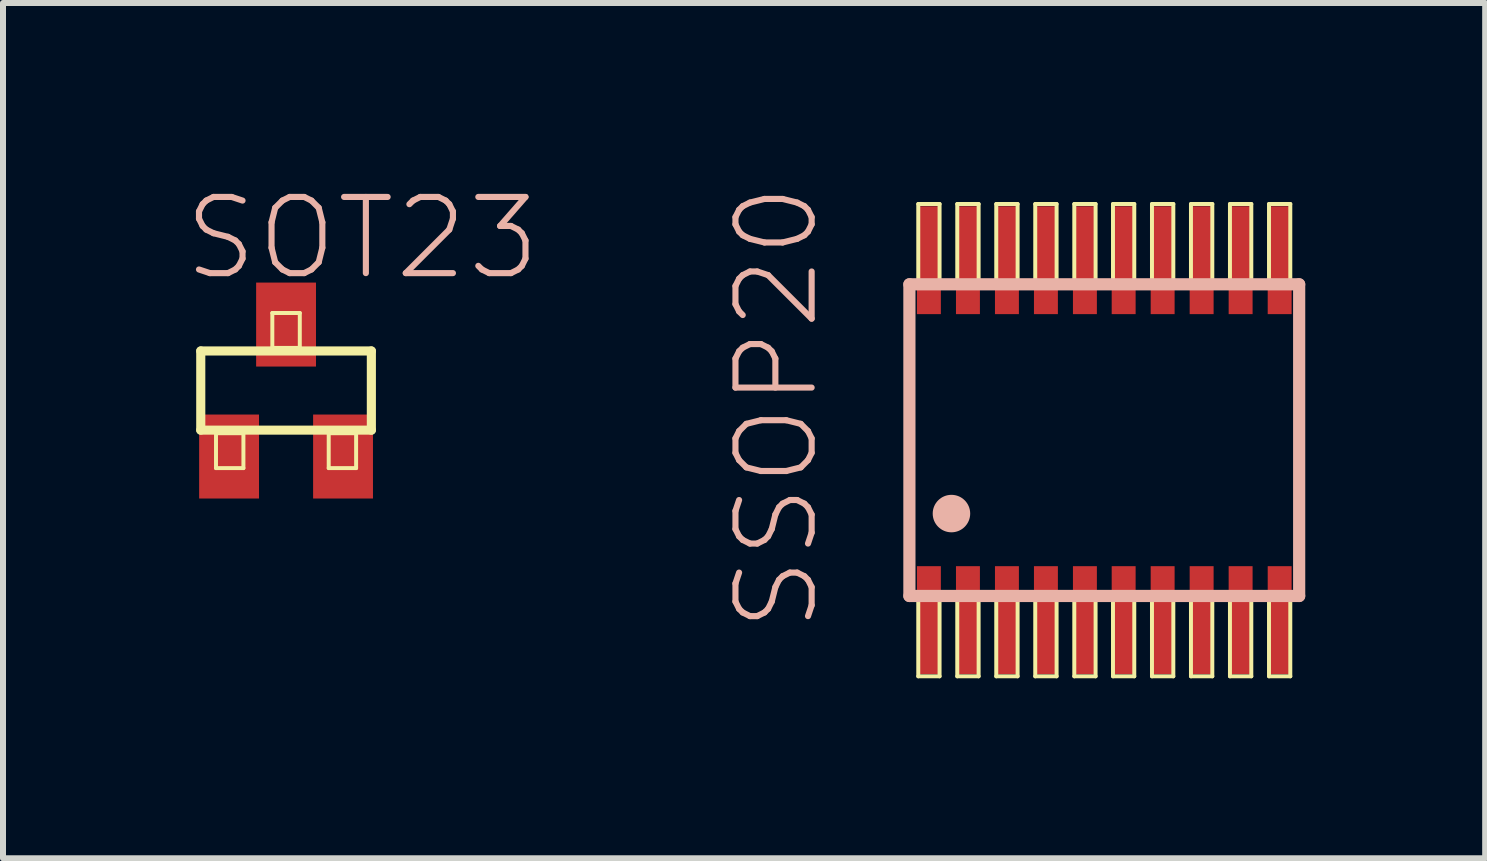
<source format=kicad_pcb>
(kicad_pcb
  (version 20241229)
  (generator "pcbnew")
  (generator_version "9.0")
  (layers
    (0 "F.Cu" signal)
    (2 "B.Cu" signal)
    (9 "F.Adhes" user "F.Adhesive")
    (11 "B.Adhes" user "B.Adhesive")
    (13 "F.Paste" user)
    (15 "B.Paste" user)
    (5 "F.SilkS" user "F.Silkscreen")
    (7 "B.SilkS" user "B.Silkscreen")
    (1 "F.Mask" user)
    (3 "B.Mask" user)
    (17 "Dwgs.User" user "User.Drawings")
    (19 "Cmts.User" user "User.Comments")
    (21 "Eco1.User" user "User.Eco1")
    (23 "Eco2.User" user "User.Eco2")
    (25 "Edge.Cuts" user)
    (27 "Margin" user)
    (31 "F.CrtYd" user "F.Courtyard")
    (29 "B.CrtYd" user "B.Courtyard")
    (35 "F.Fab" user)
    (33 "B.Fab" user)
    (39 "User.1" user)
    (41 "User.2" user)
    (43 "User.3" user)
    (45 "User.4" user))
  (footprint "SOT23"
    (layer "F.Cu")
    (at 1.719 3.461)
    (property "Reference" "SOT23" (at 1.27 -2.54 0) (layer "B.SilkS") (effects (font (size 1.27 1.27) (thickness 0.102))))
    (attr smd)
    (fp_line (start -1.422 -0.66) (end 1.422 -0.66) (stroke (width 0.152) (type solid)) (layer "F.SilkS"))
    (fp_line (start -1.422 0.66) (end -1.422 -0.66) (stroke (width 0.152) (type solid)) (layer "F.SilkS"))
    (fp_line (start -1.168 0.711) (end -0.711 0.711) (stroke (width 0.066) (type solid)) (layer "F.SilkS"))
    (fp_line (start -1.168 1.293) (end -1.168 0.711) (stroke (width 0.066) (type solid)) (layer "F.SilkS"))
    (fp_line (start -1.168 1.293) (end -0.711 1.293) (stroke (width 0.066) (type solid)) (layer "F.SilkS"))
    (fp_line (start -0.711 1.293) (end -0.711 0.711) (stroke (width 0.066) (type solid)) (layer "F.SilkS"))
    (fp_line (start -0.229 -1.293) (end 0.229 -1.293) (stroke (width 0.066) (type solid)) (layer "F.SilkS"))
    (fp_line (start -0.229 -0.711) (end -0.229 -1.293) (stroke (width 0.066) (type solid)) (layer "F.SilkS"))
    (fp_line (start -0.229 -0.711) (end 0.229 -0.711) (stroke (width 0.066) (type solid)) (layer "F.SilkS"))
    (fp_line (start 0.229 -0.711) (end 0.229 -1.293) (stroke (width 0.066) (type solid)) (layer "F.SilkS"))
    (fp_line (start 0.711 0.711) (end 1.168 0.711) (stroke (width 0.066) (type solid)) (layer "F.SilkS"))
    (fp_line (start 0.711 1.293) (end 0.711 0.711) (stroke (width 0.066) (type solid)) (layer "F.SilkS"))
    (fp_line (start 0.711 1.293) (end 1.168 1.293) (stroke (width 0.066) (type solid)) (layer "F.SilkS"))
    (fp_line (start 1.168 1.293) (end 1.168 0.711) (stroke (width 0.066) (type solid)) (layer "F.SilkS"))
    (fp_line (start 1.422 -0.66) (end 1.422 0.66) (stroke (width 0.152) (type solid)) (layer "F.SilkS"))
    (fp_line (start 1.422 0.66) (end -1.422 0.66) (stroke (width 0.152) (type solid)) (layer "F.SilkS"))
    (pad "1" smd rect (at -0.95 1.1) (size 0.998 1.4) (layers "F.Cu" "F.Mask" "F.Paste"))
    (pad "2" smd rect (at 0.95 1.1) (size 0.998 1.4) (layers "F.Cu" "F.Mask" "F.Paste"))
    (pad "3" smd rect (at 0 -1.1) (size 0.998 1.4) (layers "F.Cu" "F.Mask" "F.Paste")))
  (footprint "SSOP20"
    (layer "F.Cu")
    (at 15.36 4.288)
    (property "Reference" "SSOP20" (at -5.461 -0.544 90) (layer "B.SilkS") (effects (font (size 1.27 1.27) (thickness 0.102))))
    (attr smd)
    (fp_line (start -3.101 -3.937) (end -2.746 -3.937) (stroke (width 0.066) (type solid)) (layer "F.SilkS"))
    (fp_line (start -3.101 -2.642) (end -3.101 -3.937) (stroke (width 0.066) (type solid)) (layer "F.SilkS"))
    (fp_line (start -3.101 -2.642) (end -2.746 -2.642) (stroke (width 0.066) (type solid)) (layer "F.SilkS"))
    (fp_line (start -3.101 2.642) (end -2.746 2.642) (stroke (width 0.066) (type solid)) (layer "F.SilkS"))
    (fp_line (start -3.101 3.937) (end -3.101 2.642) (stroke (width 0.066) (type solid)) (layer "F.SilkS"))
    (fp_line (start -3.101 3.937) (end -2.746 3.937) (stroke (width 0.066) (type solid)) (layer "F.SilkS"))
    (fp_line (start -2.746 -2.642) (end -2.746 -3.937) (stroke (width 0.066) (type solid)) (layer "F.SilkS"))
    (fp_line (start -2.746 3.937) (end -2.746 2.642) (stroke (width 0.066) (type solid)) (layer "F.SilkS"))
    (fp_line (start -2.451 -3.937) (end -2.095 -3.937) (stroke (width 0.066) (type solid)) (layer "F.SilkS"))
    (fp_line (start -2.451 -2.642) (end -2.451 -3.937) (stroke (width 0.066) (type solid)) (layer "F.SilkS"))
    (fp_line (start -2.451 -2.642) (end -2.095 -2.642) (stroke (width 0.066) (type solid)) (layer "F.SilkS"))
    (fp_line (start -2.451 2.642) (end -2.095 2.642) (stroke (width 0.066) (type solid)) (layer "F.SilkS"))
    (fp_line (start -2.451 3.937) (end -2.451 2.642) (stroke (width 0.066) (type solid)) (layer "F.SilkS"))
    (fp_line (start -2.451 3.937) (end -2.095 3.937) (stroke (width 0.066) (type solid)) (layer "F.SilkS"))
    (fp_line (start -2.095 -2.642) (end -2.095 -3.937) (stroke (width 0.066) (type solid)) (layer "F.SilkS"))
    (fp_line (start -2.095 3.937) (end -2.095 2.642) (stroke (width 0.066) (type solid)) (layer "F.SilkS"))
    (fp_line (start -1.801 -3.937) (end -1.445 -3.937) (stroke (width 0.066) (type solid)) (layer "F.SilkS"))
    (fp_line (start -1.801 -2.642) (end -1.801 -3.937) (stroke (width 0.066) (type solid)) (layer "F.SilkS"))
    (fp_line (start -1.801 -2.642) (end -1.445 -2.642) (stroke (width 0.066) (type solid)) (layer "F.SilkS"))
    (fp_line (start -1.801 2.642) (end -1.445 2.642) (stroke (width 0.066) (type solid)) (layer "F.SilkS"))
    (fp_line (start -1.801 3.937) (end -1.801 2.642) (stroke (width 0.066) (type solid)) (layer "F.SilkS"))
    (fp_line (start -1.801 3.937) (end -1.445 3.937) (stroke (width 0.066) (type solid)) (layer "F.SilkS"))
    (fp_line (start -1.445 -2.642) (end -1.445 -3.937) (stroke (width 0.066) (type solid)) (layer "F.SilkS"))
    (fp_line (start -1.445 3.937) (end -1.445 2.642) (stroke (width 0.066) (type solid)) (layer "F.SilkS"))
    (fp_line (start -1.151 -3.937) (end -0.795 -3.937) (stroke (width 0.066) (type solid)) (layer "F.SilkS"))
    (fp_line (start -1.151 -2.642) (end -1.151 -3.937) (stroke (width 0.066) (type solid)) (layer "F.SilkS"))
    (fp_line (start -1.151 -2.642) (end -0.795 -2.642) (stroke (width 0.066) (type solid)) (layer "F.SilkS"))
    (fp_line (start -1.151 2.642) (end -0.795 2.642) (stroke (width 0.066) (type solid)) (layer "F.SilkS"))
    (fp_line (start -1.151 3.937) (end -1.151 2.642) (stroke (width 0.066) (type solid)) (layer "F.SilkS"))
    (fp_line (start -1.151 3.937) (end -0.795 3.937) (stroke (width 0.066) (type solid)) (layer "F.SilkS"))
    (fp_line (start -0.795 -2.642) (end -0.795 -3.937) (stroke (width 0.066) (type solid)) (layer "F.SilkS"))
    (fp_line (start -0.795 3.937) (end -0.795 2.642) (stroke (width 0.066) (type solid)) (layer "F.SilkS"))
    (fp_line (start -0.5 -3.937) (end -0.145 -3.937) (stroke (width 0.066) (type solid)) (layer "F.SilkS"))
    (fp_line (start -0.5 -2.642) (end -0.5 -3.937) (stroke (width 0.066) (type solid)) (layer "F.SilkS"))
    (fp_line (start -0.5 -2.642) (end -0.145 -2.642) (stroke (width 0.066) (type solid)) (layer "F.SilkS"))
    (fp_line (start -0.5 2.642) (end -0.145 2.642) (stroke (width 0.066) (type solid)) (layer "F.SilkS"))
    (fp_line (start -0.5 3.937) (end -0.5 2.642) (stroke (width 0.066) (type solid)) (layer "F.SilkS"))
    (fp_line (start -0.5 3.937) (end -0.145 3.937) (stroke (width 0.066) (type solid)) (layer "F.SilkS"))
    (fp_line (start -0.145 -2.642) (end -0.145 -3.937) (stroke (width 0.066) (type solid)) (layer "F.SilkS"))
    (fp_line (start -0.145 3.937) (end -0.145 2.642) (stroke (width 0.066) (type solid)) (layer "F.SilkS"))
    (fp_line (start 0.145 -3.937) (end 0.5 -3.937) (stroke (width 0.066) (type solid)) (layer "F.SilkS"))
    (fp_line (start 0.145 -2.642) (end 0.145 -3.937) (stroke (width 0.066) (type solid)) (layer "F.SilkS"))
    (fp_line (start 0.145 -2.642) (end 0.5 -2.642) (stroke (width 0.066) (type solid)) (layer "F.SilkS"))
    (fp_line (start 0.145 2.642) (end 0.5 2.642) (stroke (width 0.066) (type solid)) (layer "F.SilkS"))
    (fp_line (start 0.145 3.937) (end 0.145 2.642) (stroke (width 0.066) (type solid)) (layer "F.SilkS"))
    (fp_line (start 0.145 3.937) (end 0.5 3.937) (stroke (width 0.066) (type solid)) (layer "F.SilkS"))
    (fp_line (start 0.5 -2.642) (end 0.5 -3.937) (stroke (width 0.066) (type solid)) (layer "F.SilkS"))
    (fp_line (start 0.5 3.937) (end 0.5 2.642) (stroke (width 0.066) (type solid)) (layer "F.SilkS"))
    (fp_line (start 0.795 -3.937) (end 1.151 -3.937) (stroke (width 0.066) (type solid)) (layer "F.SilkS"))
    (fp_line (start 0.795 -2.642) (end 0.795 -3.937) (stroke (width 0.066) (type solid)) (layer "F.SilkS"))
    (fp_line (start 0.795 -2.642) (end 1.151 -2.642) (stroke (width 0.066) (type solid)) (layer "F.SilkS"))
    (fp_line (start 0.795 2.642) (end 1.151 2.642) (stroke (width 0.066) (type solid)) (layer "F.SilkS"))
    (fp_line (start 0.795 3.937) (end 0.795 2.642) (stroke (width 0.066) (type solid)) (layer "F.SilkS"))
    (fp_line (start 0.795 3.937) (end 1.151 3.937) (stroke (width 0.066) (type solid)) (layer "F.SilkS"))
    (fp_line (start 1.151 -2.642) (end 1.151 -3.937) (stroke (width 0.066) (type solid)) (layer "F.SilkS"))
    (fp_line (start 1.151 3.937) (end 1.151 2.642) (stroke (width 0.066) (type solid)) (layer "F.SilkS"))
    (fp_line (start 1.445 -3.937) (end 1.801 -3.937) (stroke (width 0.066) (type solid)) (layer "F.SilkS"))
    (fp_line (start 1.445 -2.642) (end 1.445 -3.937) (stroke (width 0.066) (type solid)) (layer "F.SilkS"))
    (fp_line (start 1.445 -2.642) (end 1.801 -2.642) (stroke (width 0.066) (type solid)) (layer "F.SilkS"))
    (fp_line (start 1.445 2.642) (end 1.801 2.642) (stroke (width 0.066) (type solid)) (layer "F.SilkS"))
    (fp_line (start 1.445 3.937) (end 1.445 2.642) (stroke (width 0.066) (type solid)) (layer "F.SilkS"))
    (fp_line (start 1.445 3.937) (end 1.801 3.937) (stroke (width 0.066) (type solid)) (layer "F.SilkS"))
    (fp_line (start 1.801 -2.642) (end 1.801 -3.937) (stroke (width 0.066) (type solid)) (layer "F.SilkS"))
    (fp_line (start 1.801 3.937) (end 1.801 2.642) (stroke (width 0.066) (type solid)) (layer "F.SilkS"))
    (fp_line (start 2.095 -3.937) (end 2.451 -3.937) (stroke (width 0.066) (type solid)) (layer "F.SilkS"))
    (fp_line (start 2.095 -2.642) (end 2.095 -3.937) (stroke (width 0.066) (type solid)) (layer "F.SilkS"))
    (fp_line (start 2.095 -2.642) (end 2.451 -2.642) (stroke (width 0.066) (type solid)) (layer "F.SilkS"))
    (fp_line (start 2.095 2.642) (end 2.451 2.642) (stroke (width 0.066) (type solid)) (layer "F.SilkS"))
    (fp_line (start 2.095 3.937) (end 2.095 2.642) (stroke (width 0.066) (type solid)) (layer "F.SilkS"))
    (fp_line (start 2.095 3.937) (end 2.451 3.937) (stroke (width 0.066) (type solid)) (layer "F.SilkS"))
    (fp_line (start 2.451 -2.642) (end 2.451 -3.937) (stroke (width 0.066) (type solid)) (layer "F.SilkS"))
    (fp_line (start 2.451 3.937) (end 2.451 2.642) (stroke (width 0.066) (type solid)) (layer "F.SilkS"))
    (fp_line (start 2.746 -3.937) (end 3.101 -3.937) (stroke (width 0.066) (type solid)) (layer "F.SilkS"))
    (fp_line (start 2.746 -2.642) (end 2.746 -3.937) (stroke (width 0.066) (type solid)) (layer "F.SilkS"))
    (fp_line (start 2.746 -2.642) (end 3.101 -2.642) (stroke (width 0.066) (type solid)) (layer "F.SilkS"))
    (fp_line (start 2.746 2.642) (end 3.101 2.642) (stroke (width 0.066) (type solid)) (layer "F.SilkS"))
    (fp_line (start 2.746 3.937) (end 2.746 2.642) (stroke (width 0.066) (type solid)) (layer "F.SilkS"))
    (fp_line (start 2.746 3.937) (end 3.101 3.937) (stroke (width 0.066) (type solid)) (layer "F.SilkS"))
    (fp_line (start 3.101 -2.642) (end 3.101 -3.937) (stroke (width 0.066) (type solid)) (layer "F.SilkS"))
    (fp_line (start 3.101 3.937) (end 3.101 2.642) (stroke (width 0.066) (type solid)) (layer "F.SilkS"))
    (fp_line (start -3.249 -2.598) (end -3.249 2.598) (stroke (width 0.203) (type solid)) (layer "B.SilkS"))
    (fp_line (start -3.249 2.598) (end 3.249 2.598) (stroke (width 0.203) (type solid)) (layer "B.SilkS"))
    (fp_line (start 3.249 -2.598) (end -3.249 -2.598) (stroke (width 0.203) (type solid)) (layer "B.SilkS"))
    (fp_line (start 3.249 2.598) (end 3.249 -2.598) (stroke (width 0.203) (type solid)) (layer "B.SilkS"))
    (fp_circle (center -2.548 1.224) (end -2.769 1.445) (stroke (width 0) (type solid)) (fill yes) (layer "B.SilkS"))
    (pad "1" smd rect (at -2.924 3) (size 0.399 1.798) (layers "F.Cu" "F.Mask" "F.Paste"))
    (pad "2" smd rect (at -2.273 3) (size 0.399 1.798) (layers "F.Cu" "F.Mask" "F.Paste"))
    (pad "3" smd rect (at -1.623 3) (size 0.399 1.798) (layers "F.Cu" "F.Mask" "F.Paste"))
    (pad "4" smd rect (at -0.973 3) (size 0.399 1.798) (layers "F.Cu" "F.Mask" "F.Paste"))
    (pad "5" smd rect (at -0.323 3) (size 0.399 1.798) (layers "F.Cu" "F.Mask" "F.Paste"))
    (pad "6" smd rect (at 0.323 3) (size 0.399 1.798) (layers "F.Cu" "F.Mask" "F.Paste"))
    (pad "7" smd rect (at 0.973 3) (size 0.399 1.798) (layers "F.Cu" "F.Mask" "F.Paste"))
    (pad "8" smd rect (at 1.623 3) (size 0.399 1.798) (layers "F.Cu" "F.Mask" "F.Paste"))
    (pad "9" smd rect (at 2.273 3) (size 0.399 1.798) (layers "F.Cu" "F.Mask" "F.Paste"))
    (pad "10" smd rect (at 2.924 3) (size 0.399 1.798) (layers "F.Cu" "F.Mask" "F.Paste"))
    (pad "11" smd rect (at 2.924 -3 180) (size 0.399 1.798) (layers "F.Cu" "F.Mask" "F.Paste"))
    (pad "12" smd rect (at 2.273 -3 180) (size 0.399 1.798) (layers "F.Cu" "F.Mask" "F.Paste"))
    (pad "13" smd rect (at 1.623 -3) (size 0.399 1.798) (layers "F.Cu" "F.Mask" "F.Paste"))
    (pad "14" smd rect (at 0.973 -3) (size 0.399 1.798) (layers "F.Cu" "F.Mask" "F.Paste"))
    (pad "15" smd rect (at 0.323 -3) (size 0.399 1.798) (layers "F.Cu" "F.Mask" "F.Paste"))
    (pad "16" smd rect (at -0.323 -3) (size 0.399 1.798) (layers "F.Cu" "F.Mask" "F.Paste"))
    (pad "17" smd rect (at -0.973 -3) (size 0.399 1.798) (layers "F.Cu" "F.Mask" "F.Paste"))
    (pad "18" smd rect (at -1.623 -3) (size 0.399 1.798) (layers "F.Cu" "F.Mask" "F.Paste"))
    (pad "19" smd rect (at -2.273 -3) (size 0.399 1.798) (layers "F.Cu" "F.Mask" "F.Paste"))
    (pad "20" smd rect (at -2.924 -3) (size 0.399 1.798) (layers "F.Cu" "F.Mask" "F.Paste")))
  (gr_rect
    (start -3 -3)
    (end 21.71 11.258)
    (stroke (width 0.1) (type default))
    (fill no)
    (layer "Edge.Cuts")))
</source>
